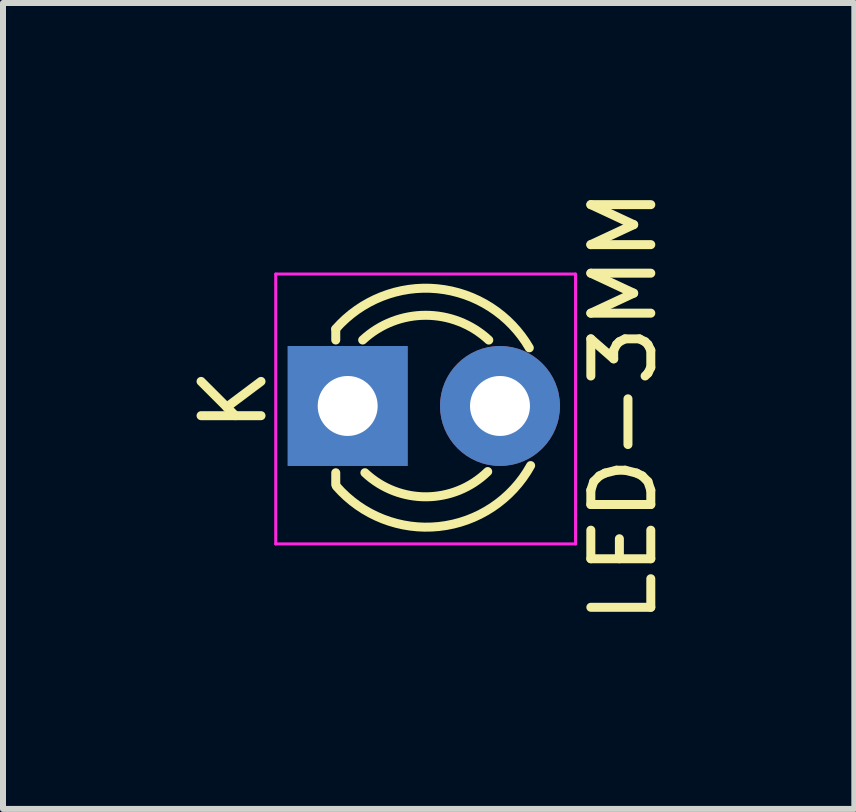
<source format=kicad_pcb>
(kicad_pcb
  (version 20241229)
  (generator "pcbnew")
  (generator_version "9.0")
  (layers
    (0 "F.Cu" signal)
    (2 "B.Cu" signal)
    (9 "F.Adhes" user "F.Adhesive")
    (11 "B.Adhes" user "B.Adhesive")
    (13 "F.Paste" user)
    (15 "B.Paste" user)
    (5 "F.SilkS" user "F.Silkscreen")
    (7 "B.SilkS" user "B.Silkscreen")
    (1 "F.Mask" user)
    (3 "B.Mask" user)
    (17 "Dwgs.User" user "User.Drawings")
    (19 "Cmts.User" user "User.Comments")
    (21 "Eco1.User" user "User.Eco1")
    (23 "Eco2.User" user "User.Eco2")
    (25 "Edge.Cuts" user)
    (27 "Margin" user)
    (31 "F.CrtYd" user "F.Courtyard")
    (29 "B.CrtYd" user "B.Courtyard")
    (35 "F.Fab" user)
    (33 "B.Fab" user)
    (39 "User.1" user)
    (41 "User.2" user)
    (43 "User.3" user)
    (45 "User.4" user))
  (footprint "LED-3MM"
    (layer "F.Cu")
    (at 2.748 3.72)
    (property "Reference" "LED-3MM" (at 4.6 0 90) (layer "F.SilkS") (effects (font (size 1 1) (thickness 0.15))))
    (attr through_hole)
    (fp_line (start -0.199 -1.28) (end -0.199 -1.1) (stroke (width 0.15) (type solid)) (layer "F.SilkS"))
    (fp_line (start -0.199 1.314) (end -0.199 1.114) (stroke (width 0.15) (type solid)) (layer "F.SilkS"))
    (fp_arc (start -0.199 -1.286) (mid 1.495903 -1.954571) (end 3.028744 -0.969643) (stroke (width 0.15) (type solid)) (layer "F.SilkS"))
    (fp_arc (start 0.25 -1.1) (mid 1.301686 -1.512142) (end 2.353005 -1.099067) (stroke (width 0.15) (type solid)) (layer "F.SilkS"))
    (fp_arc (start 2.335 1.094) (mid 1.31492 1.51473) (end 0.287111 1.113252) (stroke (width 0.15) (type solid)) (layer "F.SilkS"))
    (fp_arc (start 3.051 0.994) (mid 1.522637 2.009958) (end -0.18622 1.340726) (stroke (width 0.15) (type solid)) (layer "F.SilkS"))
    (fp_line (start -1.2 -2.2) (end -1.2 2.3) (stroke (width 0.05) (type solid)) (layer "F.CrtYd"))
    (fp_line (start -1.2 2.3) (end 3.8 2.3) (stroke (width 0.05) (type solid)) (layer "F.CrtYd"))
    (fp_line (start 3.8 -2.2) (end -1.2 -2.2) (stroke (width 0.05) (type solid)) (layer "F.CrtYd"))
    (fp_line (start 3.8 2.3) (end 3.8 -2.2) (stroke (width 0.05) (type solid)) (layer "F.CrtYd"))
    (fp_text user "K" (at -1.9 -0.1 90) (layer "F.SilkS") (effects (font (size 1 1) (thickness 0.15))))
    (pad "1" thru_hole rect (at 0 0 90) (size 2 2) (drill 1) (layers "*.Cu" "*.Mask"))
    (pad "2" thru_hole circle (at 2.54 0) (size 2 2) (drill 1) (layers "*.Cu" "*.Mask")))
  (gr_rect
    (start -3 -3)
    (end 11.197 10.44)
    (stroke (width 0.1) (type default))
    (fill no)
    (layer "Edge.Cuts")))
</source>
